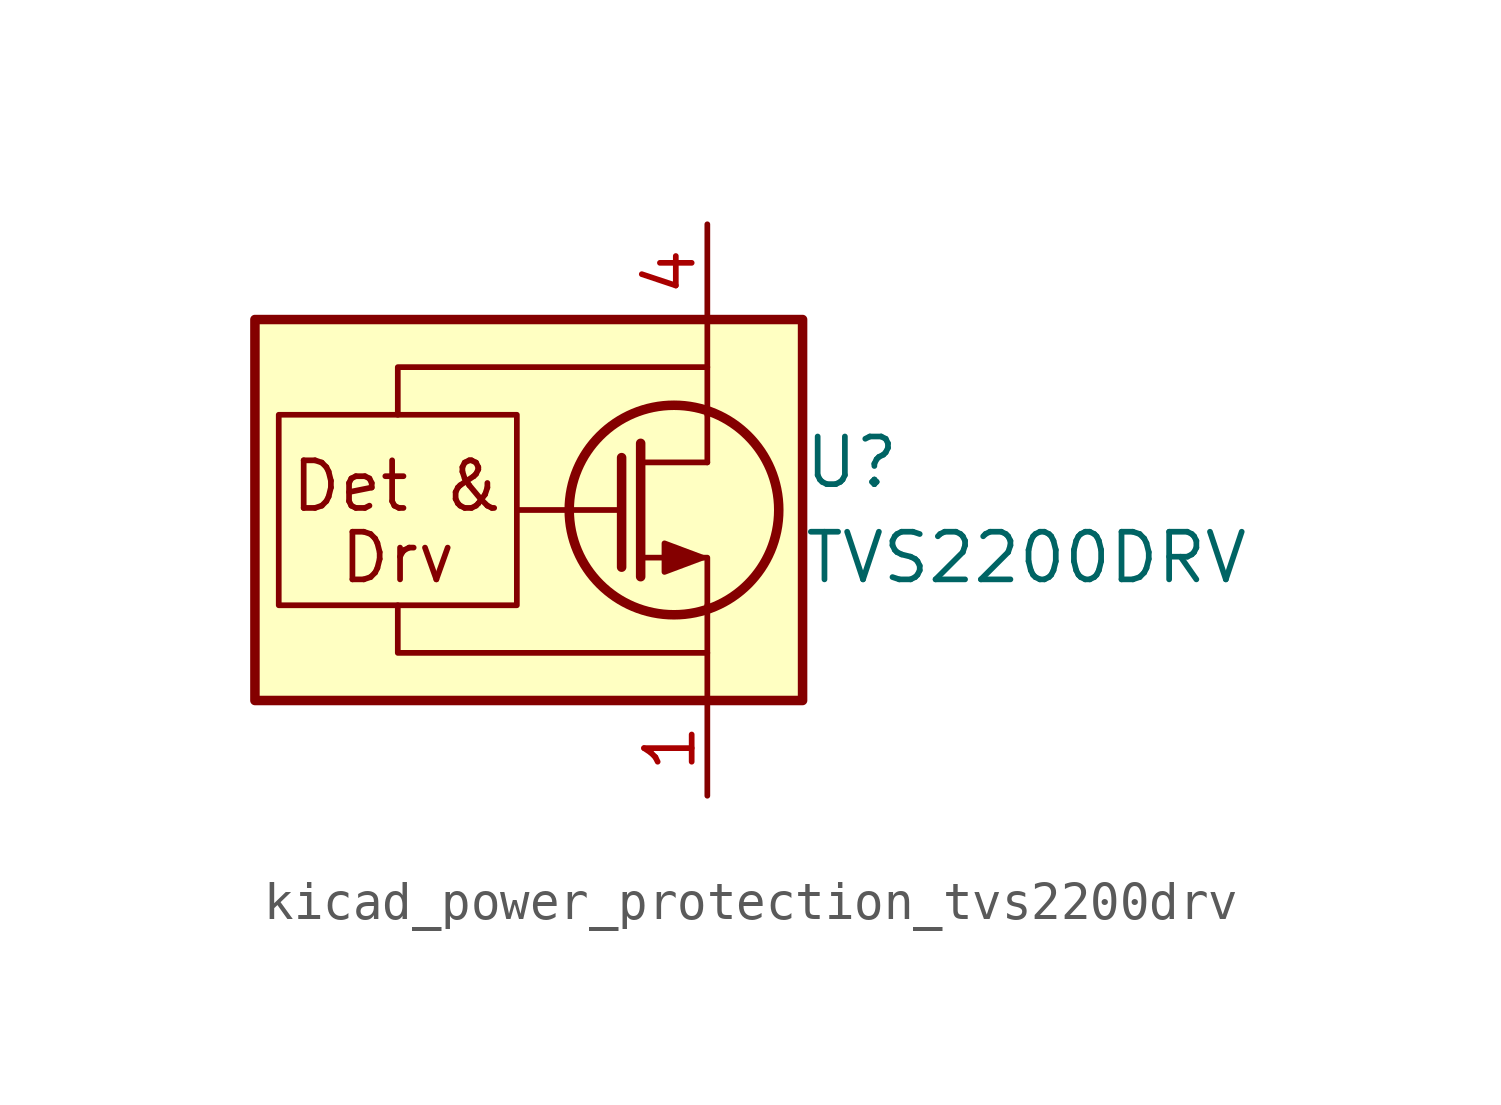
<source format=kicad_sym>
(kicad_symbol_lib
  (version 20220914)
  (generator kicad_symbol_editor)
  (symbol "kicad_power_protection_tvs2200drv"
    (pin_names
      (offset 0) hide)
    (property "Reference" "U"
      (at 2.54 1.27 0)
      (effects (font (size 1.27 1.27)) (justify left)))
    (property "Value" "TVS2200DRV"
      (at 2.54 -1.27 0)
      (effects (font (size 1.27 1.27)) (justify left)))
    (symbol "kicad_power_protection_tvs2200drv_0_0"
      (rectangle (start -11.43 2.54) (end -5.08 -2.54) (stroke (width 0) (type default)) (fill (type none)))
      (polyline (pts (xy 0 1.27) (xy -1.778 1.27)) (stroke (width 0) (type default)) (fill (type none)))
      (polyline (pts (xy -8.255 -2.54) (xy -8.255 -3.81) (xy 0 -3.81)) (stroke (width 0) (type default)) (fill (type none)))
      (polyline (pts (xy -8.255 2.54) (xy -8.255 3.81) (xy 0 3.81)) (stroke (width 0) (type default)) (fill (type none)))
      (text "Det &" (at -8.255 0.635 0) (effects (font (size 1.27 1.27))))
      (text "Drv" (at -8.255 -1.27 0) (effects (font (size 1.27 1.27)))))
    (symbol "kicad_power_protection_tvs2200drv_0_1"
      (rectangle (start -12.065 5.08) (end 2.54 -5.08) (stroke (width 0.254) (type default)) (fill (type background)))
      (circle (center -0.889 0) (radius 2.794) (stroke (width 0.254) (type default)) (fill (type none)))
      (polyline (pts (xy -2.286 0) (xy -5.08 0)) (stroke (width 0) (type default)) (fill (type none)))
      (polyline (pts (xy -2.286 1.397) (xy -2.286 -1.524)) (stroke (width 0.254) (type default)) (fill (type none)))
      (polyline (pts (xy -1.778 1.778) (xy -1.778 -1.778)) (stroke (width 0.254) (type default)) (fill (type none)))
      (polyline (pts (xy 0 -2.54) (xy 0 -5.08)) (stroke (width 0) (type default)) (fill (type none)))
      (polyline (pts (xy 0 2.54) (xy 0 1.27)) (stroke (width 0) (type default)) (fill (type none)))
      (polyline (pts (xy 0 5.08) (xy 0 2.54)) (stroke (width 0) (type default)) (fill (type none)))
      (polyline (pts (xy 0 -2.54) (xy 0 -1.27) (xy -1.778 -1.27)) (stroke (width 0) (type default)) (fill (type none)))
      (polyline (pts (xy -0.127 -1.27) (xy -1.143 -1.651) (xy -1.143 -0.889) (xy -0.127 -1.27)) (stroke (width 0) (type default)) (fill (type outline))))
    (symbol "kicad_power_protection_tvs2200drv_1_1"
      (pin power_in line (at 0 -7.62 90) (length 2.54) (name "GND" (effects (font (size 1.27 1.27)))) (number "1" (effects (font (size 1.27 1.27)))))
      (pin passive line (at 0 -7.62 90) (length 2.54) hide (name "GND" (effects (font (size 1.27 1.27)))) (number "2" (effects (font (size 1.27 1.27)))))
      (pin passive line (at 0 -7.62 90) (length 2.54) hide (name "GND" (effects (font (size 1.27 1.27)))) (number "3" (effects (font (size 1.27 1.27)))))
      (pin passive line (at 0 7.62 270) (length 2.54) (name "IN" (effects (font (size 1.27 1.27)))) (number "4" (effects (font (size 1.27 1.27)))))
      (pin passive line (at 0 7.62 270) (length 2.54) hide (name "IN" (effects (font (size 1.27 1.27)))) (number "5" (effects (font (size 1.27 1.27)))))
      (pin passive line (at 0 7.62 270) (length 2.54) hide (name "IN" (effects (font (size 1.27 1.27)))) (number "6" (effects (font (size 1.27 1.27)))))
      (pin passive line (at 0 -7.62 90) (length 2.54) hide (name "GND" (effects (font (size 1.27 1.27)))) (number "7" (effects (font (size 1.27 1.27))))))))
</source>
